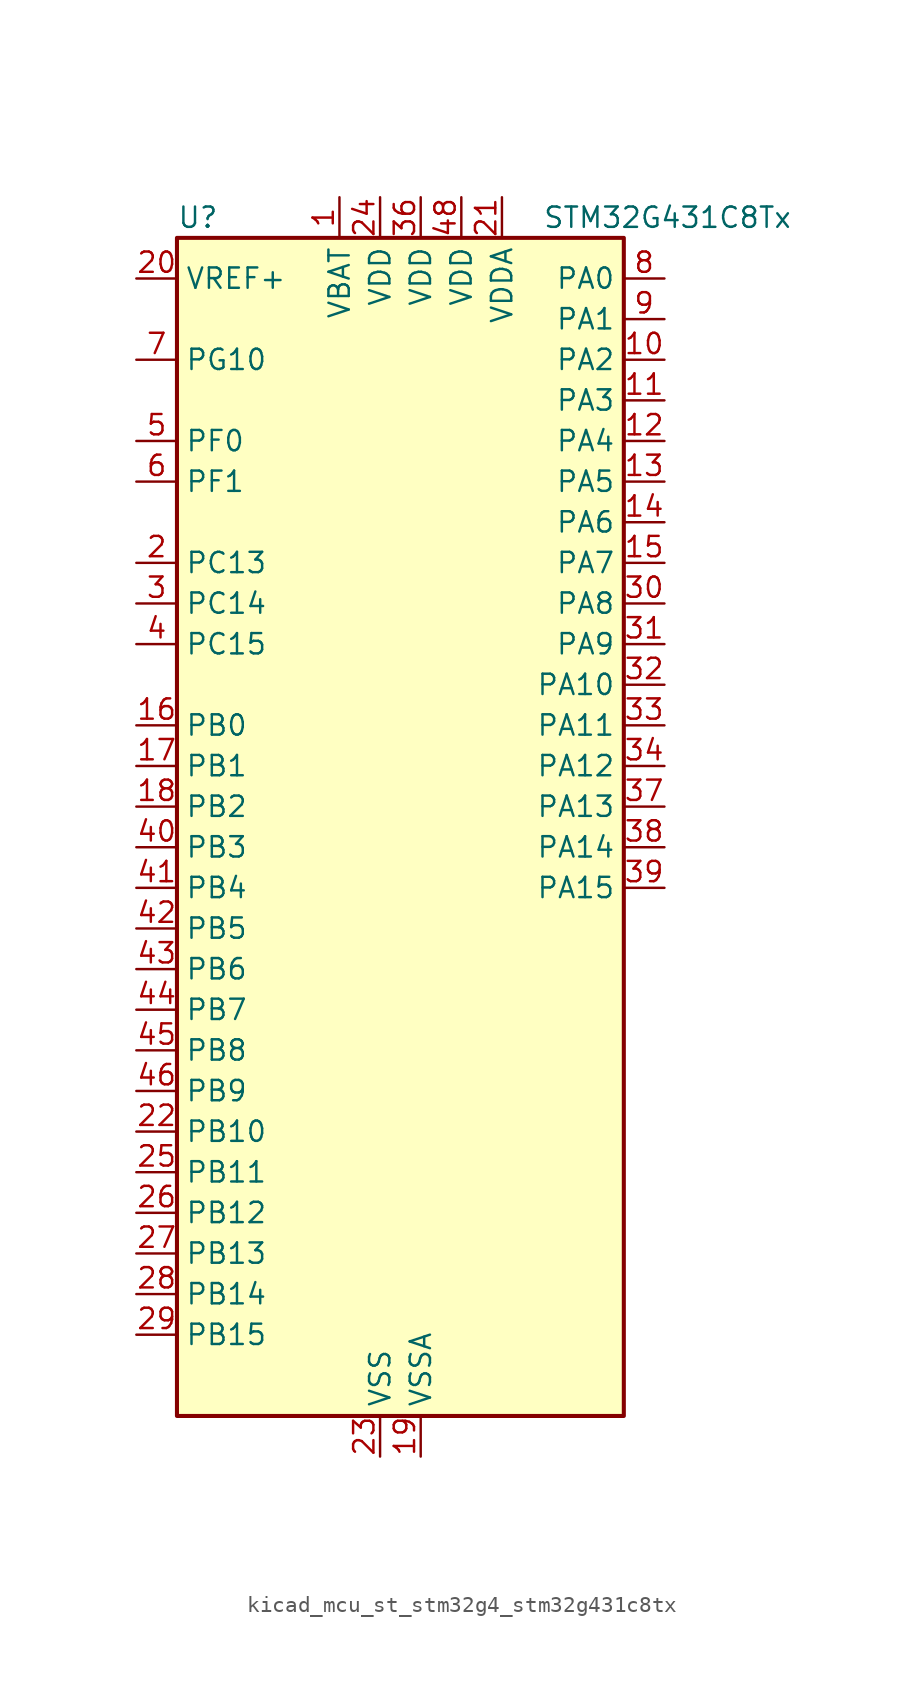
<source format=kicad_sym>
(kicad_symbol_lib
  (version 20220914)
  (generator kicad_symbol_editor)
  (symbol "kicad_mcu_st_stm32g4_stm32g431c8tx"
    (property "Reference" "U"
      (at -12.7 39.37 0)
      (effects (font (size 1.27 1.27)) (justify left)))
    (property "Value" "STM32G431C8Tx"
      (at 10.16 39.37 0)
      (effects (font (size 1.27 1.27)) (justify left)))
    (property "ki_locked" ""
      (at 0 0 0)
      (effects (font (size 1.27 1.27))))
    (symbol "kicad_mcu_st_stm32g4_stm32g431c8tx_0_1"
      (rectangle (start -12.7 -35.56) (end 15.24 38.1) (stroke (width 0.254) (type default)) (fill (type background))))
    (symbol "kicad_mcu_st_stm32g4_stm32g431c8tx_1_1"
      (pin power_in line (at -2.54 40.64 270) (length 2.54) (name "VBAT" (effects (font (size 1.27 1.27)))) (number "1" (effects (font (size 1.27 1.27)))))
      (pin bidirectional line (at 17.78 30.48 180) (length 2.54) (name "PA2" (effects (font (size 1.27 1.27)))) (number "10" (effects (font (size 1.27 1.27)))) (alternate "ADC1_IN3" bidirectional line) (alternate "COMP2_INM" bidirectional line) (alternate "COMP2_OUT" bidirectional line) (alternate "LPUART1_TX" bidirectional line) (alternate "OPAMP1_VOUT" bidirectional line) (alternate "RCC_LSCO" bidirectional line) (alternate "SYS_WKUP4" bidirectional line) (alternate "TIM15_CH1" bidirectional line) (alternate "TIM2_CH3" bidirectional line) (alternate "UCPD1_FRSTX1" bidirectional line) (alternate "UCPD1_FRSTX2" bidirectional line) (alternate "USART2_TX" bidirectional line))
      (pin bidirectional line (at 17.78 27.94 180) (length 2.54) (name "PA3" (effects (font (size 1.27 1.27)))) (number "11" (effects (font (size 1.27 1.27)))) (alternate "ADC1_IN4" bidirectional line) (alternate "COMP2_INP" bidirectional line) (alternate "LPUART1_RX" bidirectional line) (alternate "OPAMP1_VINM" bidirectional line) (alternate "OPAMP1_VINM0" bidirectional line) (alternate "OPAMP1_VINM_SEC" bidirectional line) (alternate "OPAMP1_VINP" bidirectional line) (alternate "OPAMP1_VINP_SEC" bidirectional line) (alternate "SAI1_CK1" bidirectional line) (alternate "SAI1_MCLK_A" bidirectional line) (alternate "TIM15_CH2" bidirectional line) (alternate "TIM2_CH4" bidirectional line) (alternate "USART2_RX" bidirectional line))
      (pin bidirectional line (at 17.78 25.4 180) (length 2.54) (name "PA4" (effects (font (size 1.27 1.27)))) (number "12" (effects (font (size 1.27 1.27)))) (alternate "ADC2_IN17" bidirectional line) (alternate "COMP1_INM" bidirectional line) (alternate "DAC1_OUT1" bidirectional line) (alternate "I2S3_WS" bidirectional line) (alternate "SAI1_FS_B" bidirectional line) (alternate "SPI1_NSS" bidirectional line) (alternate "SPI3_NSS" bidirectional line) (alternate "TIM3_CH2" bidirectional line) (alternate "USART2_CK" bidirectional line))
      (pin bidirectional line (at 17.78 22.86 180) (length 2.54) (name "PA5" (effects (font (size 1.27 1.27)))) (number "13" (effects (font (size 1.27 1.27)))) (alternate "ADC2_IN13" bidirectional line) (alternate "COMP2_INM" bidirectional line) (alternate "DAC1_OUT2" bidirectional line) (alternate "OPAMP2_VINM" bidirectional line) (alternate "OPAMP2_VINM0" bidirectional line) (alternate "OPAMP2_VINM_SEC" bidirectional line) (alternate "SPI1_SCK" bidirectional line) (alternate "TIM2_CH1" bidirectional line) (alternate "TIM2_ETR" bidirectional line) (alternate "UCPD1_FRSTX1" bidirectional line) (alternate "UCPD1_FRSTX2" bidirectional line))
      (pin bidirectional line (at 17.78 20.32 180) (length 2.54) (name "PA6" (effects (font (size 1.27 1.27)))) (number "14" (effects (font (size 1.27 1.27)))) (alternate "ADC2_IN3" bidirectional line) (alternate "COMP1_OUT" bidirectional line) (alternate "LPUART1_CTS" bidirectional line) (alternate "OPAMP2_VOUT" bidirectional line) (alternate "SPI1_MISO" bidirectional line) (alternate "TIM16_CH1" bidirectional line) (alternate "TIM1_BKIN" bidirectional line) (alternate "TIM3_CH1" bidirectional line) (alternate "TIM8_BKIN" bidirectional line))
      (pin bidirectional line (at 17.78 17.78 180) (length 2.54) (name "PA7" (effects (font (size 1.27 1.27)))) (number "15" (effects (font (size 1.27 1.27)))) (alternate "ADC2_IN4" bidirectional line) (alternate "COMP2_INP" bidirectional line) (alternate "COMP2_OUT" bidirectional line) (alternate "OPAMP1_VINP" bidirectional line) (alternate "OPAMP1_VINP_SEC" bidirectional line) (alternate "OPAMP2_VINP" bidirectional line) (alternate "OPAMP2_VINP_SEC" bidirectional line) (alternate "SPI1_MOSI" bidirectional line) (alternate "TIM17_CH1" bidirectional line) (alternate "TIM1_CH1N" bidirectional line) (alternate "TIM3_CH2" bidirectional line) (alternate "TIM8_CH1N" bidirectional line) (alternate "UCPD1_FRSTX1" bidirectional line) (alternate "UCPD1_FRSTX2" bidirectional line))
      (pin bidirectional line (at -15.24 7.62 0) (length 2.54) (name "PB0" (effects (font (size 1.27 1.27)))) (number "16" (effects (font (size 1.27 1.27)))) (alternate "ADC1_IN15" bidirectional line) (alternate "COMP4_INP" bidirectional line) (alternate "OPAMP2_VINP" bidirectional line) (alternate "OPAMP2_VINP_SEC" bidirectional line) (alternate "OPAMP3_VINP" bidirectional line) (alternate "OPAMP3_VINP_SEC" bidirectional line) (alternate "TIM1_CH2N" bidirectional line) (alternate "TIM3_CH3" bidirectional line) (alternate "TIM8_CH2N" bidirectional line) (alternate "UCPD1_FRSTX1" bidirectional line) (alternate "UCPD1_FRSTX2" bidirectional line))
      (pin bidirectional line (at -15.24 5.08 0) (length 2.54) (name "PB1" (effects (font (size 1.27 1.27)))) (number "17" (effects (font (size 1.27 1.27)))) (alternate "ADC1_IN12" bidirectional line) (alternate "COMP1_INP" bidirectional line) (alternate "COMP4_OUT" bidirectional line) (alternate "LPUART1_DE" bidirectional line) (alternate "LPUART1_RTS" bidirectional line) (alternate "OPAMP3_VOUT" bidirectional line) (alternate "TIM1_CH3N" bidirectional line) (alternate "TIM3_CH4" bidirectional line) (alternate "TIM8_CH3N" bidirectional line))
      (pin bidirectional line (at -15.24 2.54 0) (length 2.54) (name "PB2" (effects (font (size 1.27 1.27)))) (number "18" (effects (font (size 1.27 1.27)))) (alternate "ADC2_IN12" bidirectional line) (alternate "COMP4_INM" bidirectional line) (alternate "I2C3_SMBA" bidirectional line) (alternate "LPTIM1_OUT" bidirectional line) (alternate "OPAMP3_VINM" bidirectional line) (alternate "OPAMP3_VINM0" bidirectional line) (alternate "OPAMP3_VINM_SEC" bidirectional line) (alternate "RTC_OUT2" bidirectional line))
      (pin power_in line (at 2.54 -38.1 90) (length 2.54) (name "VSSA" (effects (font (size 1.27 1.27)))) (number "19" (effects (font (size 1.27 1.27)))))
      (pin bidirectional line (at -15.24 17.78 0) (length 2.54) (name "PC13" (effects (font (size 1.27 1.27)))) (number "2" (effects (font (size 1.27 1.27)))) (alternate "RTC_OUT1" bidirectional line) (alternate "RTC_TAMP1" bidirectional line) (alternate "RTC_TS" bidirectional line) (alternate "SYS_WKUP2" bidirectional line) (alternate "TIM1_BKIN" bidirectional line) (alternate "TIM1_CH1N" bidirectional line) (alternate "TIM8_CH4N" bidirectional line))
      (pin input line (at -15.24 35.56 0) (length 2.54) (name "VREF+" (effects (font (size 1.27 1.27)))) (number "20" (effects (font (size 1.27 1.27)))) (alternate "VREFBUF_OUT" bidirectional line))
      (pin power_in line (at 7.62 40.64 270) (length 2.54) (name "VDDA" (effects (font (size 1.27 1.27)))) (number "21" (effects (font (size 1.27 1.27)))))
      (pin bidirectional line (at -15.24 -17.78 0) (length 2.54) (name "PB10" (effects (font (size 1.27 1.27)))) (number "22" (effects (font (size 1.27 1.27)))) (alternate "DAC1_EXTI10" bidirectional line) (alternate "DAC3_EXTI10" bidirectional line) (alternate "LPUART1_RX" bidirectional line) (alternate "OPAMP3_VINM" bidirectional line) (alternate "OPAMP3_VINM1" bidirectional line) (alternate "OPAMP3_VINM_SEC" bidirectional line) (alternate "SAI1_SCK_A" bidirectional line) (alternate "TIM1_BKIN" bidirectional line) (alternate "TIM2_CH3" bidirectional line) (alternate "USART3_TX" bidirectional line))
      (pin power_in line (at 0 -38.1 90) (length 2.54) (name "VSS" (effects (font (size 1.27 1.27)))) (number "23" (effects (font (size 1.27 1.27)))))
      (pin power_in line (at 0 40.64 270) (length 2.54) (name "VDD" (effects (font (size 1.27 1.27)))) (number "24" (effects (font (size 1.27 1.27)))))
      (pin bidirectional line (at -15.24 -20.32 0) (length 2.54) (name "PB11" (effects (font (size 1.27 1.27)))) (number "25" (effects (font (size 1.27 1.27)))) (alternate "ADC1_EXTI11" bidirectional line) (alternate "ADC1_IN14" bidirectional line) (alternate "ADC2_EXTI11" bidirectional line) (alternate "ADC2_IN14" bidirectional line) (alternate "LPUART1_TX" bidirectional line) (alternate "TIM2_CH4" bidirectional line) (alternate "USART3_RX" bidirectional line))
      (pin bidirectional line (at -15.24 -22.86 0) (length 2.54) (name "PB12" (effects (font (size 1.27 1.27)))) (number "26" (effects (font (size 1.27 1.27)))) (alternate "ADC1_IN11" bidirectional line) (alternate "I2C2_SMBA" bidirectional line) (alternate "I2S2_WS" bidirectional line) (alternate "LPUART1_DE" bidirectional line) (alternate "LPUART1_RTS" bidirectional line) (alternate "SPI2_NSS" bidirectional line) (alternate "TIM1_BKIN" bidirectional line) (alternate "USART3_CK" bidirectional line))
      (pin bidirectional line (at -15.24 -25.4 0) (length 2.54) (name "PB13" (effects (font (size 1.27 1.27)))) (number "27" (effects (font (size 1.27 1.27)))) (alternate "I2S2_CK" bidirectional line) (alternate "LPUART1_CTS" bidirectional line) (alternate "OPAMP3_VINP" bidirectional line) (alternate "OPAMP3_VINP_SEC" bidirectional line) (alternate "SPI2_SCK" bidirectional line) (alternate "TIM1_CH1N" bidirectional line) (alternate "USART3_CTS" bidirectional line) (alternate "USART3_NSS" bidirectional line))
      (pin bidirectional line (at -15.24 -27.94 0) (length 2.54) (name "PB14" (effects (font (size 1.27 1.27)))) (number "28" (effects (font (size 1.27 1.27)))) (alternate "ADC1_IN5" bidirectional line) (alternate "COMP4_OUT" bidirectional line) (alternate "OPAMP2_VINP" bidirectional line) (alternate "OPAMP2_VINP_SEC" bidirectional line) (alternate "SPI2_MISO" bidirectional line) (alternate "TIM15_CH1" bidirectional line) (alternate "TIM1_CH2N" bidirectional line) (alternate "USART3_DE" bidirectional line) (alternate "USART3_RTS" bidirectional line))
      (pin bidirectional line (at -15.24 -30.48 0) (length 2.54) (name "PB15" (effects (font (size 1.27 1.27)))) (number "29" (effects (font (size 1.27 1.27)))) (alternate "ADC1_EXTI15" bidirectional line) (alternate "ADC2_EXTI15" bidirectional line) (alternate "ADC2_IN15" bidirectional line) (alternate "COMP3_OUT" bidirectional line) (alternate "I2S2_SD" bidirectional line) (alternate "RTC_REFIN" bidirectional line) (alternate "SPI2_MOSI" bidirectional line) (alternate "TIM15_CH1N" bidirectional line) (alternate "TIM15_CH2" bidirectional line) (alternate "TIM1_CH3N" bidirectional line))
      (pin bidirectional line (at -15.24 15.24 0) (length 2.54) (name "PC14" (effects (font (size 1.27 1.27)))) (number "3" (effects (font (size 1.27 1.27)))) (alternate "RCC_OSC32_IN" bidirectional line))
      (pin bidirectional line (at 17.78 15.24 180) (length 2.54) (name "PA8" (effects (font (size 1.27 1.27)))) (number "30" (effects (font (size 1.27 1.27)))) (alternate "I2C2_SDA" bidirectional line) (alternate "I2C3_SCL" bidirectional line) (alternate "I2S2_MCK" bidirectional line) (alternate "RCC_MCO" bidirectional line) (alternate "SAI1_CK2" bidirectional line) (alternate "SAI1_SCK_A" bidirectional line) (alternate "TIM1_CH1" bidirectional line) (alternate "TIM4_ETR" bidirectional line) (alternate "USART1_CK" bidirectional line))
      (pin bidirectional line (at 17.78 12.7 180) (length 2.54) (name "PA9" (effects (font (size 1.27 1.27)))) (number "31" (effects (font (size 1.27 1.27)))) (alternate "DAC1_EXTI9" bidirectional line) (alternate "DAC3_EXTI9" bidirectional line) (alternate "I2C2_SCL" bidirectional line) (alternate "I2C3_SMBA" bidirectional line) (alternate "I2S3_MCK" bidirectional line) (alternate "SAI1_FS_A" bidirectional line) (alternate "TIM15_BKIN" bidirectional line) (alternate "TIM1_CH2" bidirectional line) (alternate "TIM2_CH3" bidirectional line) (alternate "UCPD1_DBCC1" bidirectional line) (alternate "USART1_TX" bidirectional line))
      (pin bidirectional line (at 17.78 10.16 180) (length 2.54) (name "PA10" (effects (font (size 1.27 1.27)))) (number "32" (effects (font (size 1.27 1.27)))) (alternate "CRS_SYNC" bidirectional line) (alternate "DAC1_EXTI10" bidirectional line) (alternate "DAC3_EXTI10" bidirectional line) (alternate "I2C2_SMBA" bidirectional line) (alternate "SAI1_D1" bidirectional line) (alternate "SAI1_SD_A" bidirectional line) (alternate "SPI2_MISO" bidirectional line) (alternate "TIM17_BKIN" bidirectional line) (alternate "TIM1_CH3" bidirectional line) (alternate "TIM2_CH4" bidirectional line) (alternate "TIM8_BKIN" bidirectional line) (alternate "UCPD1_DBCC2" bidirectional line) (alternate "USART1_RX" bidirectional line))
      (pin bidirectional line (at 17.78 7.62 180) (length 2.54) (name "PA11" (effects (font (size 1.27 1.27)))) (number "33" (effects (font (size 1.27 1.27)))) (alternate "ADC1_EXTI11" bidirectional line) (alternate "ADC2_EXTI11" bidirectional line) (alternate "COMP1_OUT" bidirectional line) (alternate "FDCAN1_RX" bidirectional line) (alternate "I2S2_SD" bidirectional line) (alternate "SPI2_MOSI" bidirectional line) (alternate "TIM1_BKIN2" bidirectional line) (alternate "TIM1_CH1N" bidirectional line) (alternate "TIM1_CH4" bidirectional line) (alternate "TIM4_CH1" bidirectional line) (alternate "USART1_CTS" bidirectional line) (alternate "USART1_NSS" bidirectional line) (alternate "USB_DM" bidirectional line))
      (pin bidirectional line (at 17.78 5.08 180) (length 2.54) (name "PA12" (effects (font (size 1.27 1.27)))) (number "34" (effects (font (size 1.27 1.27)))) (alternate "COMP2_OUT" bidirectional line) (alternate "FDCAN1_TX" bidirectional line) (alternate "I2S_CKIN" bidirectional line) (alternate "TIM16_CH1" bidirectional line) (alternate "TIM1_CH2N" bidirectional line) (alternate "TIM1_ETR" bidirectional line) (alternate "TIM4_CH2" bidirectional line) (alternate "USART1_DE" bidirectional line) (alternate "USART1_RTS" bidirectional line) (alternate "USB_DP" bidirectional line))
      (pin passive line (at 0 -38.1 90) (length 2.54) hide (name "VSS" (effects (font (size 1.27 1.27)))) (number "35" (effects (font (size 1.27 1.27)))))
      (pin power_in line (at 2.54 40.64 270) (length 2.54) (name "VDD" (effects (font (size 1.27 1.27)))) (number "36" (effects (font (size 1.27 1.27)))))
      (pin bidirectional line (at 17.78 2.54 180) (length 2.54) (name "PA13" (effects (font (size 1.27 1.27)))) (number "37" (effects (font (size 1.27 1.27)))) (alternate "I2C1_SCL" bidirectional line) (alternate "IR_OUT" bidirectional line) (alternate "SAI1_SD_B" bidirectional line) (alternate "SYS_JTMS-SWDIO" bidirectional line) (alternate "TIM16_CH1N" bidirectional line) (alternate "TIM4_CH3" bidirectional line) (alternate "USART3_CTS" bidirectional line) (alternate "USART3_NSS" bidirectional line))
      (pin bidirectional line (at 17.78 0 180) (length 2.54) (name "PA14" (effects (font (size 1.27 1.27)))) (number "38" (effects (font (size 1.27 1.27)))) (alternate "I2C1_SDA" bidirectional line) (alternate "LPTIM1_OUT" bidirectional line) (alternate "SAI1_FS_B" bidirectional line) (alternate "SYS_JTCK-SWCLK" bidirectional line) (alternate "TIM1_BKIN" bidirectional line) (alternate "TIM8_CH2" bidirectional line) (alternate "USART2_TX" bidirectional line))
      (pin bidirectional line (at 17.78 -2.54 180) (length 2.54) (name "PA15" (effects (font (size 1.27 1.27)))) (number "39" (effects (font (size 1.27 1.27)))) (alternate "ADC1_EXTI15" bidirectional line) (alternate "ADC2_EXTI15" bidirectional line) (alternate "I2C1_SCL" bidirectional line) (alternate "I2S3_WS" bidirectional line) (alternate "SPI1_NSS" bidirectional line) (alternate "SPI3_NSS" bidirectional line) (alternate "SYS_JTDI" bidirectional line) (alternate "TIM1_BKIN" bidirectional line) (alternate "TIM2_CH1" bidirectional line) (alternate "TIM2_ETR" bidirectional line) (alternate "TIM8_CH1" bidirectional line) (alternate "USART2_RX" bidirectional line))
      (pin bidirectional line (at -15.24 12.7 0) (length 2.54) (name "PC15" (effects (font (size 1.27 1.27)))) (number "4" (effects (font (size 1.27 1.27)))) (alternate "ADC1_EXTI15" bidirectional line) (alternate "ADC2_EXTI15" bidirectional line) (alternate "RCC_OSC32_OUT" bidirectional line))
      (pin bidirectional line (at -15.24 0 0) (length 2.54) (name "PB3" (effects (font (size 1.27 1.27)))) (number "40" (effects (font (size 1.27 1.27)))) (alternate "CRS_SYNC" bidirectional line) (alternate "I2S3_CK" bidirectional line) (alternate "SAI1_SCK_B" bidirectional line) (alternate "SPI1_SCK" bidirectional line) (alternate "SPI3_SCK" bidirectional line) (alternate "SYS_JTDO-SWO" bidirectional line) (alternate "TIM2_CH2" bidirectional line) (alternate "TIM3_ETR" bidirectional line) (alternate "TIM4_ETR" bidirectional line) (alternate "TIM8_CH1N" bidirectional line) (alternate "USART2_TX" bidirectional line))
      (pin bidirectional line (at -15.24 -2.54 0) (length 2.54) (name "PB4" (effects (font (size 1.27 1.27)))) (number "41" (effects (font (size 1.27 1.27)))) (alternate "SAI1_MCLK_B" bidirectional line) (alternate "SPI1_MISO" bidirectional line) (alternate "SPI3_MISO" bidirectional line) (alternate "SYS_JTRST" bidirectional line) (alternate "TIM16_CH1" bidirectional line) (alternate "TIM17_BKIN" bidirectional line) (alternate "TIM3_CH1" bidirectional line) (alternate "TIM8_CH2N" bidirectional line) (alternate "UCPD1_CC2" bidirectional line) (alternate "USART2_RX" bidirectional line))
      (pin bidirectional line (at -15.24 -5.08 0) (length 2.54) (name "PB5" (effects (font (size 1.27 1.27)))) (number "42" (effects (font (size 1.27 1.27)))) (alternate "I2C1_SMBA" bidirectional line) (alternate "I2C3_SDA" bidirectional line) (alternate "I2S3_SD" bidirectional line) (alternate "LPTIM1_IN1" bidirectional line) (alternate "SAI1_SD_B" bidirectional line) (alternate "SPI1_MOSI" bidirectional line) (alternate "SPI3_MOSI" bidirectional line) (alternate "TIM16_BKIN" bidirectional line) (alternate "TIM17_CH1" bidirectional line) (alternate "TIM3_CH2" bidirectional line) (alternate "TIM8_CH3N" bidirectional line) (alternate "USART2_CK" bidirectional line))
      (pin bidirectional line (at -15.24 -7.62 0) (length 2.54) (name "PB6" (effects (font (size 1.27 1.27)))) (number "43" (effects (font (size 1.27 1.27)))) (alternate "COMP4_OUT" bidirectional line) (alternate "LPTIM1_ETR" bidirectional line) (alternate "SAI1_FS_B" bidirectional line) (alternate "TIM16_CH1N" bidirectional line) (alternate "TIM4_CH1" bidirectional line) (alternate "TIM8_BKIN2" bidirectional line) (alternate "TIM8_CH1" bidirectional line) (alternate "TIM8_ETR" bidirectional line) (alternate "UCPD1_CC1" bidirectional line) (alternate "USART1_TX" bidirectional line))
      (pin bidirectional line (at -15.24 -10.16 0) (length 2.54) (name "PB7" (effects (font (size 1.27 1.27)))) (number "44" (effects (font (size 1.27 1.27)))) (alternate "COMP3_OUT" bidirectional line) (alternate "I2C1_SDA" bidirectional line) (alternate "LPTIM1_IN2" bidirectional line) (alternate "SYS_PVD_IN" bidirectional line) (alternate "TIM17_CH1N" bidirectional line) (alternate "TIM3_CH4" bidirectional line) (alternate "TIM4_CH2" bidirectional line) (alternate "TIM8_BKIN" bidirectional line) (alternate "USART1_RX" bidirectional line))
      (pin bidirectional line (at -15.24 -12.7 0) (length 2.54) (name "PB8" (effects (font (size 1.27 1.27)))) (number "45" (effects (font (size 1.27 1.27)))) (alternate "COMP1_OUT" bidirectional line) (alternate "FDCAN1_RX" bidirectional line) (alternate "I2C1_SCL" bidirectional line) (alternate "SAI1_CK1" bidirectional line) (alternate "SAI1_MCLK_A" bidirectional line) (alternate "TIM16_CH1" bidirectional line) (alternate "TIM1_BKIN" bidirectional line) (alternate "TIM4_CH3" bidirectional line) (alternate "TIM8_CH2" bidirectional line) (alternate "USART3_RX" bidirectional line))
      (pin bidirectional line (at -15.24 -15.24 0) (length 2.54) (name "PB9" (effects (font (size 1.27 1.27)))) (number "46" (effects (font (size 1.27 1.27)))) (alternate "COMP2_OUT" bidirectional line) (alternate "DAC1_EXTI9" bidirectional line) (alternate "DAC3_EXTI9" bidirectional line) (alternate "FDCAN1_TX" bidirectional line) (alternate "I2C1_SDA" bidirectional line) (alternate "IR_OUT" bidirectional line) (alternate "SAI1_D2" bidirectional line) (alternate "SAI1_FS_A" bidirectional line) (alternate "TIM17_CH1" bidirectional line) (alternate "TIM1_CH3N" bidirectional line) (alternate "TIM4_CH4" bidirectional line) (alternate "TIM8_CH3" bidirectional line) (alternate "USART3_TX" bidirectional line))
      (pin passive line (at 0 -38.1 90) (length 2.54) hide (name "VSS" (effects (font (size 1.27 1.27)))) (number "47" (effects (font (size 1.27 1.27)))))
      (pin power_in line (at 5.08 40.64 270) (length 2.54) (name "VDD" (effects (font (size 1.27 1.27)))) (number "48" (effects (font (size 1.27 1.27)))))
      (pin bidirectional line (at -15.24 25.4 0) (length 2.54) (name "PF0" (effects (font (size 1.27 1.27)))) (number "5" (effects (font (size 1.27 1.27)))) (alternate "ADC1_IN10" bidirectional line) (alternate "I2C2_SDA" bidirectional line) (alternate "I2S2_WS" bidirectional line) (alternate "RCC_OSC_IN" bidirectional line) (alternate "SPI2_NSS" bidirectional line) (alternate "TIM1_CH3N" bidirectional line))
      (pin bidirectional line (at -15.24 22.86 0) (length 2.54) (name "PF1" (effects (font (size 1.27 1.27)))) (number "6" (effects (font (size 1.27 1.27)))) (alternate "ADC2_IN10" bidirectional line) (alternate "COMP3_INM" bidirectional line) (alternate "I2S2_CK" bidirectional line) (alternate "RCC_OSC_OUT" bidirectional line) (alternate "SPI2_SCK" bidirectional line))
      (pin bidirectional line (at -15.24 30.48 0) (length 2.54) (name "PG10" (effects (font (size 1.27 1.27)))) (number "7" (effects (font (size 1.27 1.27)))) (alternate "DAC1_EXTI10" bidirectional line) (alternate "DAC3_EXTI10" bidirectional line) (alternate "RCC_MCO" bidirectional line))
      (pin bidirectional line (at 17.78 35.56 180) (length 2.54) (name "PA0" (effects (font (size 1.27 1.27)))) (number "8" (effects (font (size 1.27 1.27)))) (alternate "ADC1_IN1" bidirectional line) (alternate "ADC2_IN1" bidirectional line) (alternate "COMP1_INM" bidirectional line) (alternate "COMP1_OUT" bidirectional line) (alternate "COMP3_INP" bidirectional line) (alternate "RTC_TAMP2" bidirectional line) (alternate "SYS_WKUP1" bidirectional line) (alternate "TIM2_CH1" bidirectional line) (alternate "TIM2_ETR" bidirectional line) (alternate "TIM8_BKIN" bidirectional line) (alternate "TIM8_ETR" bidirectional line) (alternate "USART2_CTS" bidirectional line) (alternate "USART2_NSS" bidirectional line))
      (pin bidirectional line (at 17.78 33.02 180) (length 2.54) (name "PA1" (effects (font (size 1.27 1.27)))) (number "9" (effects (font (size 1.27 1.27)))) (alternate "ADC1_IN2" bidirectional line) (alternate "ADC2_IN2" bidirectional line) (alternate "COMP1_INP" bidirectional line) (alternate "OPAMP1_VINP" bidirectional line) (alternate "OPAMP1_VINP_SEC" bidirectional line) (alternate "OPAMP3_VINP" bidirectional line) (alternate "OPAMP3_VINP_SEC" bidirectional line) (alternate "RTC_REFIN" bidirectional line) (alternate "TIM15_CH1N" bidirectional line) (alternate "TIM2_CH2" bidirectional line) (alternate "USART2_DE" bidirectional line) (alternate "USART2_RTS" bidirectional line)))))
</source>
